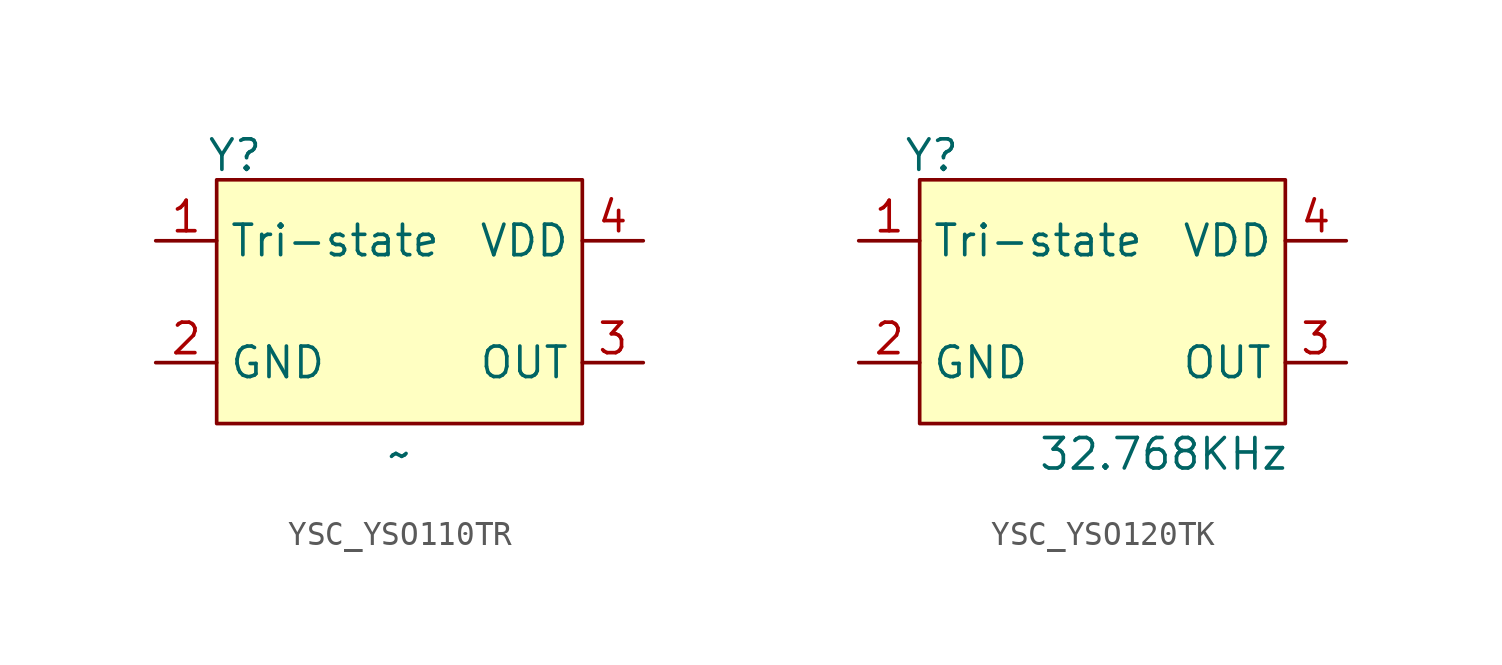
<source format=kicad_sym>
(kicad_symbol_lib
  (version 20231120)
  (generator "kicad_symbol_editor")
  (generator_version "8.0")
  (symbol "YSC_YSO110TR"
    (property "Reference" "Y"
      (at -6.858 6.096 0)
      (do_not_autoplace)
      (effects (font (size 1.27 1.27))))
    (property "Value" "~"
      (at 0 -6.35 0)
      (do_not_autoplace)
      (effects (font (size 1.27 1.27))))
    (symbol "YSC_YSO110TR_0_1"
      (rectangle (start -7.62 5.08) (end 7.62 -5.08) (stroke (width 0) (type default)) (fill (type background))))
    (symbol "YSC_YSO110TR_1_1"
      (pin passive line (at -10.16 2.54 0) (length 2.54) (name "Tri-state" (effects (font (size 1.27 1.27)))) (number "1" (effects (font (size 1.27 1.27)))))
      (pin power_in line (at -10.16 -2.54 0) (length 2.54) (name "GND" (effects (font (size 1.27 1.27)))) (number "2" (effects (font (size 1.27 1.27)))))
      (pin output line (at 10.16 -2.54 180) (length 2.54) (name "OUT" (effects (font (size 1.27 1.27)))) (number "3" (effects (font (size 1.27 1.27)))))
      (pin power_in line (at 10.16 2.54 180) (length 2.54) (name "VDD" (effects (font (size 1.27 1.27)))) (number "4" (effects (font (size 1.27 1.27)))))))
  (symbol "YSC_YSO120TK"
    (property "Reference" "Y"
      (at -7.112 6.096 0)
      (do_not_autoplace)
      (effects (font (size 1.27 1.27))))
    (property "Value" "32.768KHz"
      (at 2.54 -6.35 0)
      (do_not_autoplace)
      (effects (font (size 1.27 1.27))))
    (symbol "YSC_YSO120TK_0_1"
      (rectangle (start -7.62 5.08) (end 7.62 -5.08) (stroke (width 0) (type default)) (fill (type background))))
    (symbol "YSC_YSO120TK_1_1"
      (pin passive line (at -10.16 2.54 0) (length 2.54) (name "Tri-state" (effects (font (size 1.27 1.27)))) (number "1" (effects (font (size 1.27 1.27)))))
      (pin power_in line (at -10.16 -2.54 0) (length 2.54) (name "GND" (effects (font (size 1.27 1.27)))) (number "2" (effects (font (size 1.27 1.27)))))
      (pin output line (at 10.16 -2.54 180) (length 2.54) (name "OUT" (effects (font (size 1.27 1.27)))) (number "3" (effects (font (size 1.27 1.27)))))
      (pin power_in line (at 10.16 2.54 180) (length 2.54) (name "VDD" (effects (font (size 1.27 1.27)))) (number "4" (effects (font (size 1.27 1.27))))))))
</source>
